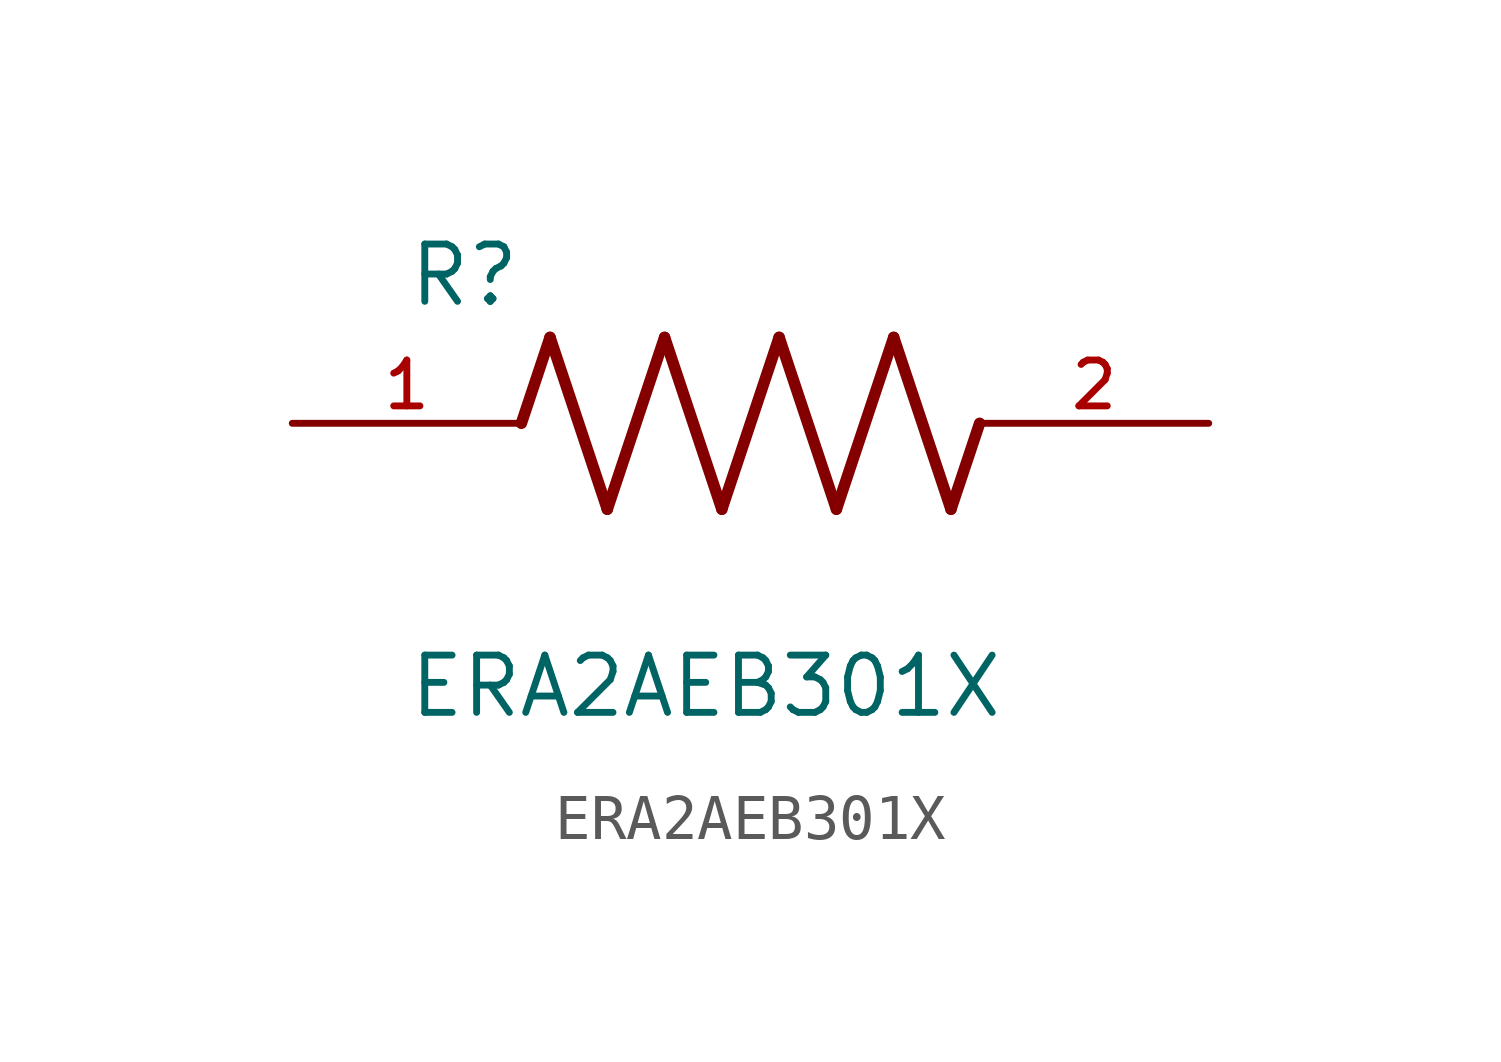
<source format=kicad_sym>
(kicad_symbol_lib
  (version 20231120)
  (generator "kicad_symbol_editor")
  (generator_version "8.0")
  (symbol "ERA2AEB301X"
    (pin_names
      (offset 1.016))
    (property "Reference" "R"
      (at -7.624 2.541 0)
      (effects (font (size 1.27 1.27)) (justify left bottom)))
    (property "Value" "ERA2AEB301X"
      (at -7.624 -5.087 0)
      (effects (font (size 1.27 1.27)) (justify left top)))
    (symbol "ERA2AEB301X_0_0"
      (polyline (pts (xy -5.08 0) (xy -4.445 1.905)) (stroke (width 0.254) (type default)) (fill (type none)))
      (polyline (pts (xy -4.445 1.905) (xy -3.175 -1.905)) (stroke (width 0.254) (type default)) (fill (type none)))
      (polyline (pts (xy -3.175 -1.905) (xy -1.905 1.905)) (stroke (width 0.254) (type default)) (fill (type none)))
      (polyline (pts (xy -1.905 1.905) (xy -0.635 -1.905)) (stroke (width 0.254) (type default)) (fill (type none)))
      (polyline (pts (xy -0.635 -1.905) (xy 0.635 1.905)) (stroke (width 0.254) (type default)) (fill (type none)))
      (polyline (pts (xy 0.635 1.905) (xy 1.905 -1.905)) (stroke (width 0.254) (type default)) (fill (type none)))
      (polyline (pts (xy 1.905 -1.905) (xy 3.175 1.905)) (stroke (width 0.254) (type default)) (fill (type none)))
      (polyline (pts (xy 3.175 1.905) (xy 4.445 -1.905)) (stroke (width 0.254) (type default)) (fill (type none)))
      (polyline (pts (xy 4.445 -1.905) (xy 5.08 0)) (stroke (width 0.254) (type default)) (fill (type none)))
      (pin passive line (at -10.16 0 0) (length 5.08) (name "~" (effects (font (size 1.016 1.016)))) (number "1" (effects (font (size 1.016 1.016)))))
      (pin passive line (at 10.16 0 180) (length 5.08) (name "~" (effects (font (size 1.016 1.016)))) (number "2" (effects (font (size 1.016 1.016))))))))
</source>
